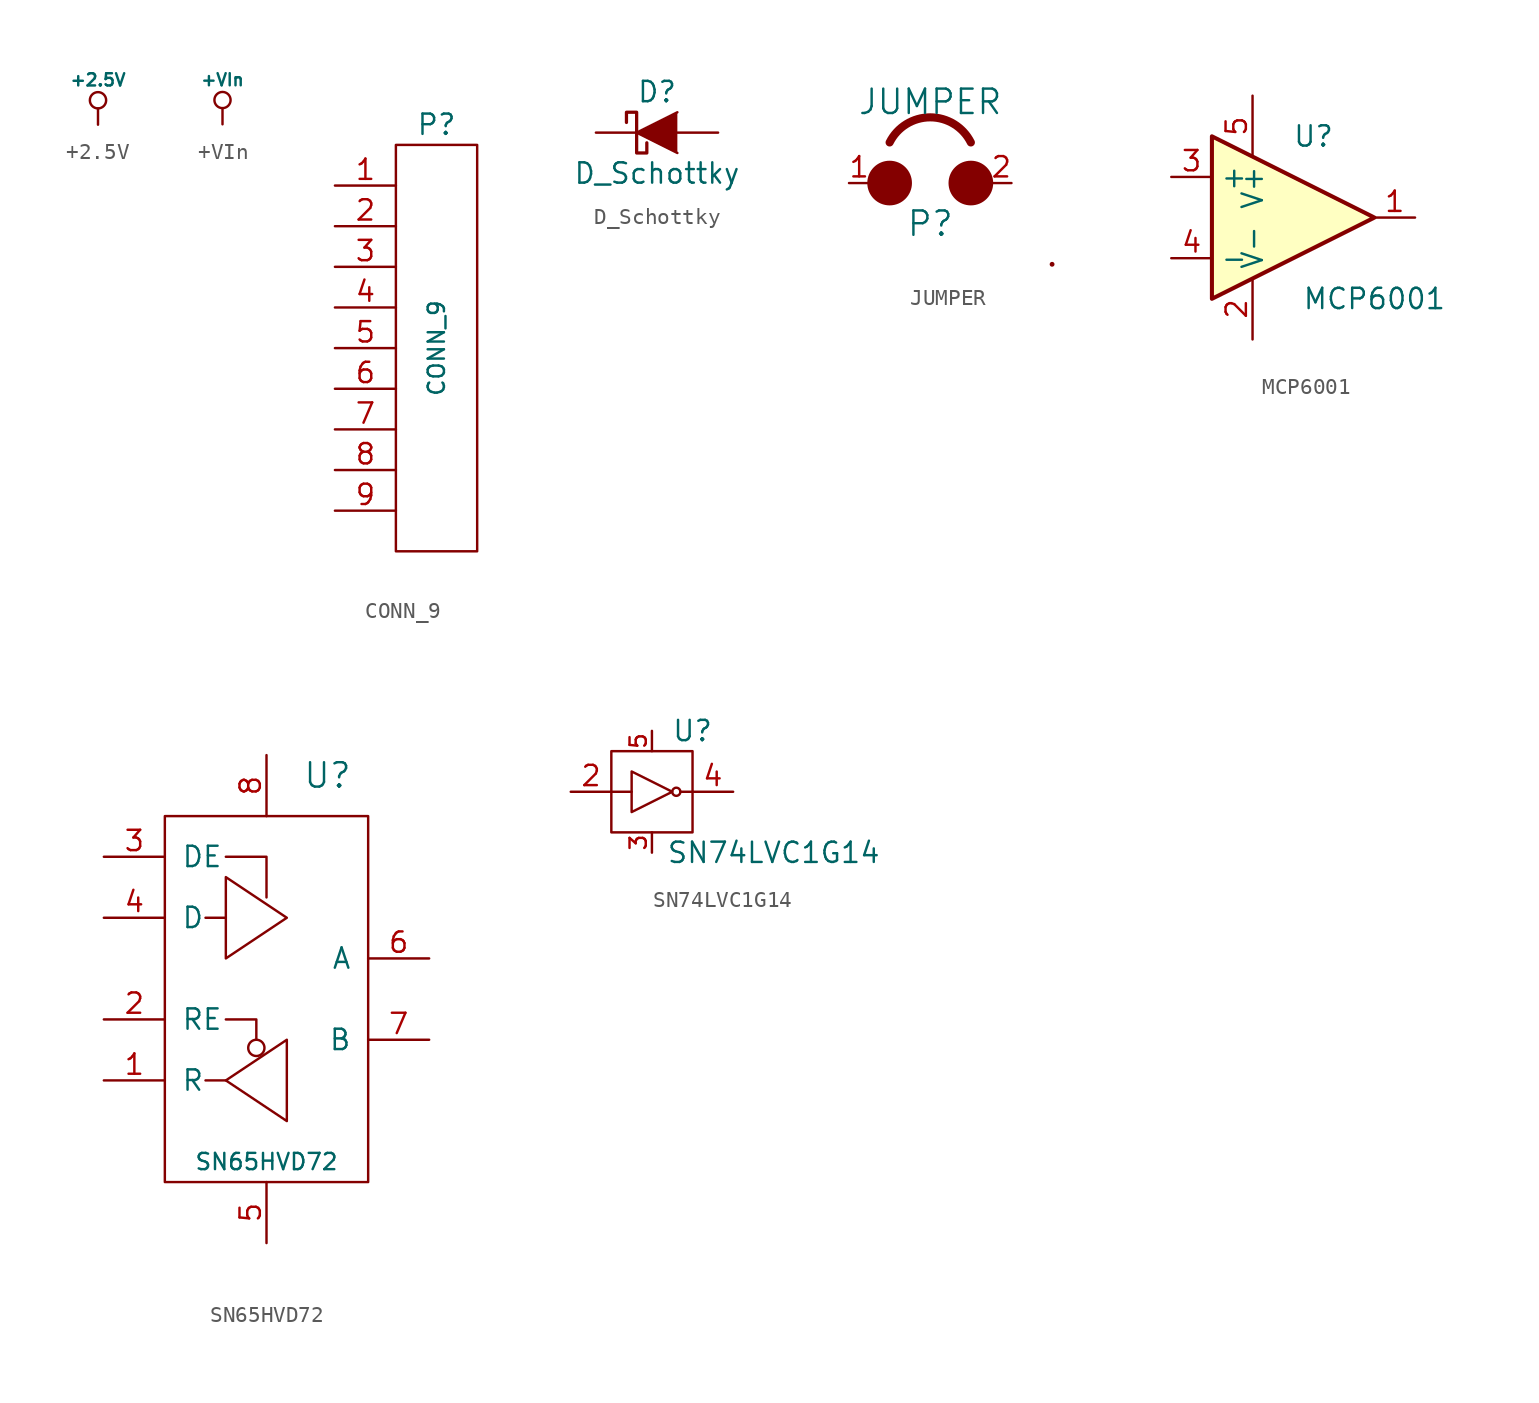
<source format=kicad_sym>
(kicad_symbol_lib
  (version 20211014)
  (generator kicad_symbol_editor)
  (symbol "+2.5V"
    (power)
    (pin_names
      (offset 0))
    (property "Reference" "#PWR"
      (at 0 -1.016 0)
      (effects (font (size 0.762 0.762)) hide))
    (property "Value" "+2.5V"
      (at 0 2.794 0)
      (effects (font (size 0.762 0.762))))
    (property "Footprint" ""
      (at 0 0 0)
      (effects (font (size 1.524 1.524))))
    (property "Datasheet" ""
      (at 0 0 0)
      (effects (font (size 1.524 1.524))))
    (symbol "+2.5V_0_0"
      (pin power_in line (at 0 0 90) (length 0) hide (name "+2.5V" (effects (font (size 0.762 0.762)))) (number "1" (effects (font (size 0.762 0.762))))))
    (symbol "+2.5V_0_1"
      (polyline (pts (xy 0 0) (xy 0 1.016) (xy 0 1.016)) (stroke (width 0) (type default) (color 0 0 0 0)) (fill (type none)))
      (circle (center 0 1.524) (radius 0.508) (stroke (width 0) (type default) (color 0 0 0 0)) (fill (type none)))))
  (symbol "+VIn"
    (power)
    (pin_names
      (offset 0))
    (property "Reference" "#PWR"
      (at 0 -1.016 0)
      (effects (font (size 0.762 0.762)) hide))
    (property "Value" "+VIn"
      (at 0 2.794 0)
      (effects (font (size 0.762 0.762))))
    (property "Footprint" ""
      (at 0 0 0)
      (effects (font (size 1.524 1.524))))
    (property "Datasheet" ""
      (at 0 0 0)
      (effects (font (size 1.524 1.524))))
    (symbol "+VIn_0_0"
      (pin power_in line (at 0 0 90) (length 0) hide (name "+VIn" (effects (font (size 0.762 0.762)))) (number "1" (effects (font (size 0.762 0.762))))))
    (symbol "+VIn_0_1"
      (polyline (pts (xy 0 0) (xy 0 1.016) (xy 0 1.016)) (stroke (width 0) (type default) (color 0 0 0 0)) (fill (type none)))
      (circle (center 0 1.524) (radius 0.508) (stroke (width 0) (type default) (color 0 0 0 0)) (fill (type none)))))
  (symbol "CONN_9"
    (property "Reference" "P"
      (at 0 13.97 0)
      (effects (font (size 1.27 1.27))))
    (property "Value" "CONN_9"
      (at 0 0 90)
      (effects (font (size 1.016 1.016))))
    (symbol "CONN_9_0_1"
      (rectangle (start -2.54 12.7) (end 2.54 -12.7) (stroke (width 0) (type default) (color 0 0 0 0)) (fill (type none))))
    (symbol "CONN_9_1_1"
      (pin passive line (at -6.35 10.16 0) (length 3.81) (name "~" (effects (font (size 1.27 1.27)))) (number "1" (effects (font (size 1.27 1.27)))))
      (pin passive line (at -6.35 7.62 0) (length 3.81) (name "~" (effects (font (size 1.27 1.27)))) (number "2" (effects (font (size 1.27 1.27)))))
      (pin passive line (at -6.35 5.08 0) (length 3.81) (name "~" (effects (font (size 1.27 1.27)))) (number "3" (effects (font (size 1.27 1.27)))))
      (pin passive line (at -6.35 2.54 0) (length 3.81) (name "~" (effects (font (size 1.27 1.27)))) (number "4" (effects (font (size 1.27 1.27)))))
      (pin passive line (at -6.35 0 0) (length 3.81) (name "~" (effects (font (size 1.27 1.27)))) (number "5" (effects (font (size 1.27 1.27)))))
      (pin passive line (at -6.35 -2.54 0) (length 3.81) (name "~" (effects (font (size 1.27 1.27)))) (number "6" (effects (font (size 1.27 1.27)))))
      (pin passive line (at -6.35 -5.08 0) (length 3.81) (name "~" (effects (font (size 1.27 1.27)))) (number "7" (effects (font (size 1.27 1.27)))))
      (pin passive line (at -6.35 -7.62 0) (length 3.81) (name "~" (effects (font (size 1.27 1.27)))) (number "8" (effects (font (size 1.27 1.27)))))
      (pin passive line (at -6.35 -10.16 0) (length 3.81) (name "~" (effects (font (size 1.27 1.27)))) (number "9" (effects (font (size 1.27 1.27)))))))
  (symbol "D_Schottky"
    (pin_numbers hide)
    (pin_names
      (offset 1.016) hide)
    (property "Reference" "D"
      (at 0 2.54 0)
      (effects (font (size 1.27 1.27))))
    (property "Value" "D_Schottky"
      (at 0 -2.54 0)
      (effects (font (size 1.27 1.27))))
    (property "Footprint" ""
      (at 0 0 0)
      (effects (font (size 1.27 1.27))))
    (property "Datasheet" ""
      (at 0 0 0)
      (effects (font (size 1.27 1.27))))
    (symbol "D_Schottky_0_1"
      (polyline (pts (xy 1.27 1.27) (xy -1.27 0) (xy 1.27 -1.27)) (stroke (width 0) (type default) (color 0 0 0 0)) (fill (type outline)))
      (polyline (pts (xy -1.905 0.635) (xy -1.905 1.27) (xy -1.27 1.27) (xy -1.27 -1.27) (xy -0.635 -1.27) (xy -0.635 -0.635)) (stroke (width 0.203) (type default) (color 0 0 0 0)) (fill (type none))))
    (symbol "D_Schottky_1_1"
      (pin passive line (at 3.81 0 180) (length 2.54) (name "A" (effects (font (size 1.27 1.27)))) (number "1" (effects (font (size 1.27 1.27)))))
      (pin passive line (at -3.81 0 0) (length 2.54) (name "K" (effects (font (size 1.27 1.27)))) (number "2" (effects (font (size 1.27 1.27)))))))
  (symbol "JUMPER"
    (pin_names
      (offset 1.016))
    (property "Reference" "P"
      (at 0 -2.54 0)
      (effects (font (size 1.524 1.524))))
    (property "Value" "JUMPER"
      (at 0 5.08 0)
      (effects (font (size 1.524 1.524))))
    (property "Footprint" ""
      (at 0 0 0)
      (effects (font (size 2.032 2.032))))
    (property "Datasheet" ""
      (at 0 0 0)
      (effects (font (size 2.032 2.032))))
    (symbol "JUMPER_0_1"
      (circle (center -2.54 0) (radius 1.27) (stroke (width 0.254) (type default) (color 0 0 0 0)) (fill (type outline)))
      (circle (center 2.54 0) (radius 1.27) (stroke (width 0.254) (type default) (color 0 0 0 0)) (fill (type outline)))
      (arc (start 2.54 2.54) (mid 0 4.1098) (end -2.54 2.54) (stroke (width 0.508) (type default) (color 0 0 0 0)) (fill (type none)))
      (circle (center 7.62 -5.08) (radius 0.0001) (stroke (width 0) (type default) (color 0 0 0 0)) (fill (type none))))
    (symbol "JUMPER_1_1"
      (pin bidirectional line (at -5.08 0 0) (length 1.27) (name "~" (effects (font (size 1.27 1.27)))) (number "1" (effects (font (size 1.27 1.27)))))
      (pin bidirectional line (at 5.08 0 180) (length 1.27) (name "~" (effects (font (size 1.27 1.27)))) (number "2" (effects (font (size 1.27 1.27)))))))
  (symbol "MCP6001"
    (property "Reference" "U"
      (at 1.27 5.08 0)
      (effects (font (size 1.27 1.27))))
    (property "Value" "MCP6001"
      (at 5.08 -5.08 0)
      (effects (font (size 1.27 1.27))))
    (property "Footprint" ""
      (at -1.27 2.54 0)
      (effects (font (size 1.27 1.27))))
    (property "Datasheet" ""
      (at 1.27 5.08 0)
      (effects (font (size 1.27 1.27))))
    (symbol "MCP6001_0_1"
      (polyline (pts (xy -5.08 5.08) (xy 5.08 0) (xy -5.08 -5.08) (xy -5.08 5.08)) (stroke (width 0.254) (type default) (color 0 0 0 0)) (fill (type background))))
    (symbol "MCP6001_1_1"
      (pin output line (at 7.62 0 180) (length 2.54) (name "~" (effects (font (size 1.27 1.27)))) (number "1" (effects (font (size 1.27 1.27)))))
      (pin input line (at -2.54 -7.62 90) (length 3.81) (name "V-" (effects (font (size 1.27 1.27)))) (number "2" (effects (font (size 1.27 1.27)))))
      (pin input line (at -7.62 2.54 0) (length 2.54) (name "+" (effects (font (size 1.27 1.27)))) (number "3" (effects (font (size 1.27 1.27)))))
      (pin input line (at -7.62 -2.54 0) (length 2.54) (name "-" (effects (font (size 1.27 1.27)))) (number "4" (effects (font (size 1.27 1.27)))))
      (pin input line (at -2.54 7.62 270) (length 3.81) (name "V+" (effects (font (size 1.27 1.27)))) (number "5" (effects (font (size 1.27 1.27)))))))
  (symbol "SN65HVD72"
    (pin_names
      (offset 1.016))
    (property "Reference" "U"
      (at 3.81 13.97 0)
      (effects (font (size 1.524 1.524))))
    (property "Value" "SN65HVD72"
      (at 0 -10.16 0)
      (effects (font (size 1.016 1.016))))
    (property "Footprint" ""
      (at 1.27 0 0)
      (effects (font (size 1.524 1.524))))
    (property "Datasheet" ""
      (at 1.27 0 0)
      (effects (font (size 1.524 1.524))))
    (symbol "SN65HVD72_0_1"
      (rectangle (start -6.35 11.43) (end 6.35 -11.43) (stroke (width 0) (type default) (color 0 0 0 0)) (fill (type none)))
      (circle (center -0.635 -3.048) (radius 0.508) (stroke (width 0) (type default) (color 0 0 0 0)) (fill (type none)))
      (polyline (pts (xy -3.81 -5.08) (xy -2.54 -5.08)) (stroke (width 0) (type default) (color 0 0 0 0)) (fill (type none)))
      (polyline (pts (xy -3.81 5.08) (xy -2.54 5.08)) (stroke (width 0) (type default) (color 0 0 0 0)) (fill (type none)))
      (polyline (pts (xy -2.54 -1.27) (xy -0.635 -1.27) (xy -0.635 -2.54)) (stroke (width 0) (type default) (color 0 0 0 0)) (fill (type none)))
      (polyline (pts (xy -2.54 8.89) (xy 0 8.89) (xy 0 6.35)) (stroke (width 0) (type default) (color 0 0 0 0)) (fill (type none)))
      (polyline (pts (xy -2.54 7.62) (xy -2.54 2.54) (xy 1.27 5.08) (xy -2.54 7.62)) (stroke (width 0) (type default) (color 0 0 0 0)) (fill (type none)))
      (polyline (pts (xy 1.27 -2.54) (xy -2.54 -5.08) (xy 1.27 -7.62) (xy 1.27 -2.54)) (stroke (width 0) (type default) (color 0 0 0 0)) (fill (type none))))
    (symbol "SN65HVD72_1_1"
      (pin output line (at -10.16 -5.08 0) (length 3.81) (name "R" (effects (font (size 1.27 1.27)))) (number "1" (effects (font (size 1.27 1.27)))))
      (pin input line (at -10.16 -1.27 0) (length 3.81) (name "RE" (effects (font (size 1.27 1.27)))) (number "2" (effects (font (size 1.27 1.27)))))
      (pin input line (at -10.16 8.89 0) (length 3.81) (name "DE" (effects (font (size 1.27 1.27)))) (number "3" (effects (font (size 1.27 1.27)))))
      (pin input line (at -10.16 5.08 0) (length 3.81) (name "D" (effects (font (size 1.27 1.27)))) (number "4" (effects (font (size 1.27 1.27)))))
      (pin power_in line (at 0 -15.24 90) (length 3.81) (name "~" (effects (font (size 1.27 1.27)))) (number "5" (effects (font (size 1.27 1.27)))))
      (pin bidirectional line (at 10.16 2.54 180) (length 3.81) (name "A" (effects (font (size 1.27 1.27)))) (number "6" (effects (font (size 1.27 1.27)))))
      (pin bidirectional line (at 10.16 -2.54 180) (length 3.81) (name "B" (effects (font (size 1.27 1.27)))) (number "7" (effects (font (size 1.27 1.27)))))
      (pin power_in line (at 0 15.24 270) (length 3.81) (name "~" (effects (font (size 1.27 1.27)))) (number "8" (effects (font (size 1.27 1.27)))))))
  (symbol "SN74LVC1G14"
    (pin_names
      (offset 1.016) hide)
    (property "Reference" "U"
      (at 2.54 3.81 0)
      (effects (font (size 1.27 1.27))))
    (property "Value" "SN74LVC1G14"
      (at 7.62 -3.81 0)
      (effects (font (size 1.27 1.27))))
    (symbol "SN74LVC1G14_0_1"
      (rectangle (start -2.54 2.54) (end 2.54 -2.54) (stroke (width 0) (type default) (color 0 0 0 0)) (fill (type none)))
      (polyline (pts (xy -2.54 0) (xy -1.27 0)) (stroke (width 0) (type default) (color 0 0 0 0)) (fill (type none)))
      (polyline (pts (xy 1.778 0) (xy 2.54 0)) (stroke (width 0) (type default) (color 0 0 0 0)) (fill (type none)))
      (polyline (pts (xy -1.27 1.27) (xy 1.27 0) (xy -1.27 -1.27) (xy -1.27 1.27)) (stroke (width 0) (type default) (color 0 0 0 0)) (fill (type none)))
      (circle (center 1.524 0) (radius 0.254) (stroke (width 0) (type default) (color 0 0 0 0)) (fill (type none))))
    (symbol "SN74LVC1G14_1_1"
      (pin input line (at -5.08 0 0) (length 2.54) (name "A" (effects (font (size 1.27 1.27)))) (number "2" (effects (font (size 1.27 1.27)))))
      (pin power_in line (at 0 -3.81 90) (length 1.27) (name "~" (effects (font (size 1.27 1.27)))) (number "3" (effects (font (size 1.016 1.016)))))
      (pin output line (at 5.08 0 180) (length 2.54) (name "Y" (effects (font (size 1.27 1.27)))) (number "4" (effects (font (size 1.27 1.27)))))
      (pin power_in line (at 0 3.81 270) (length 1.27) (name "~" (effects (font (size 1.27 1.27)))) (number "5" (effects (font (size 1.016 1.016))))))))
</source>
